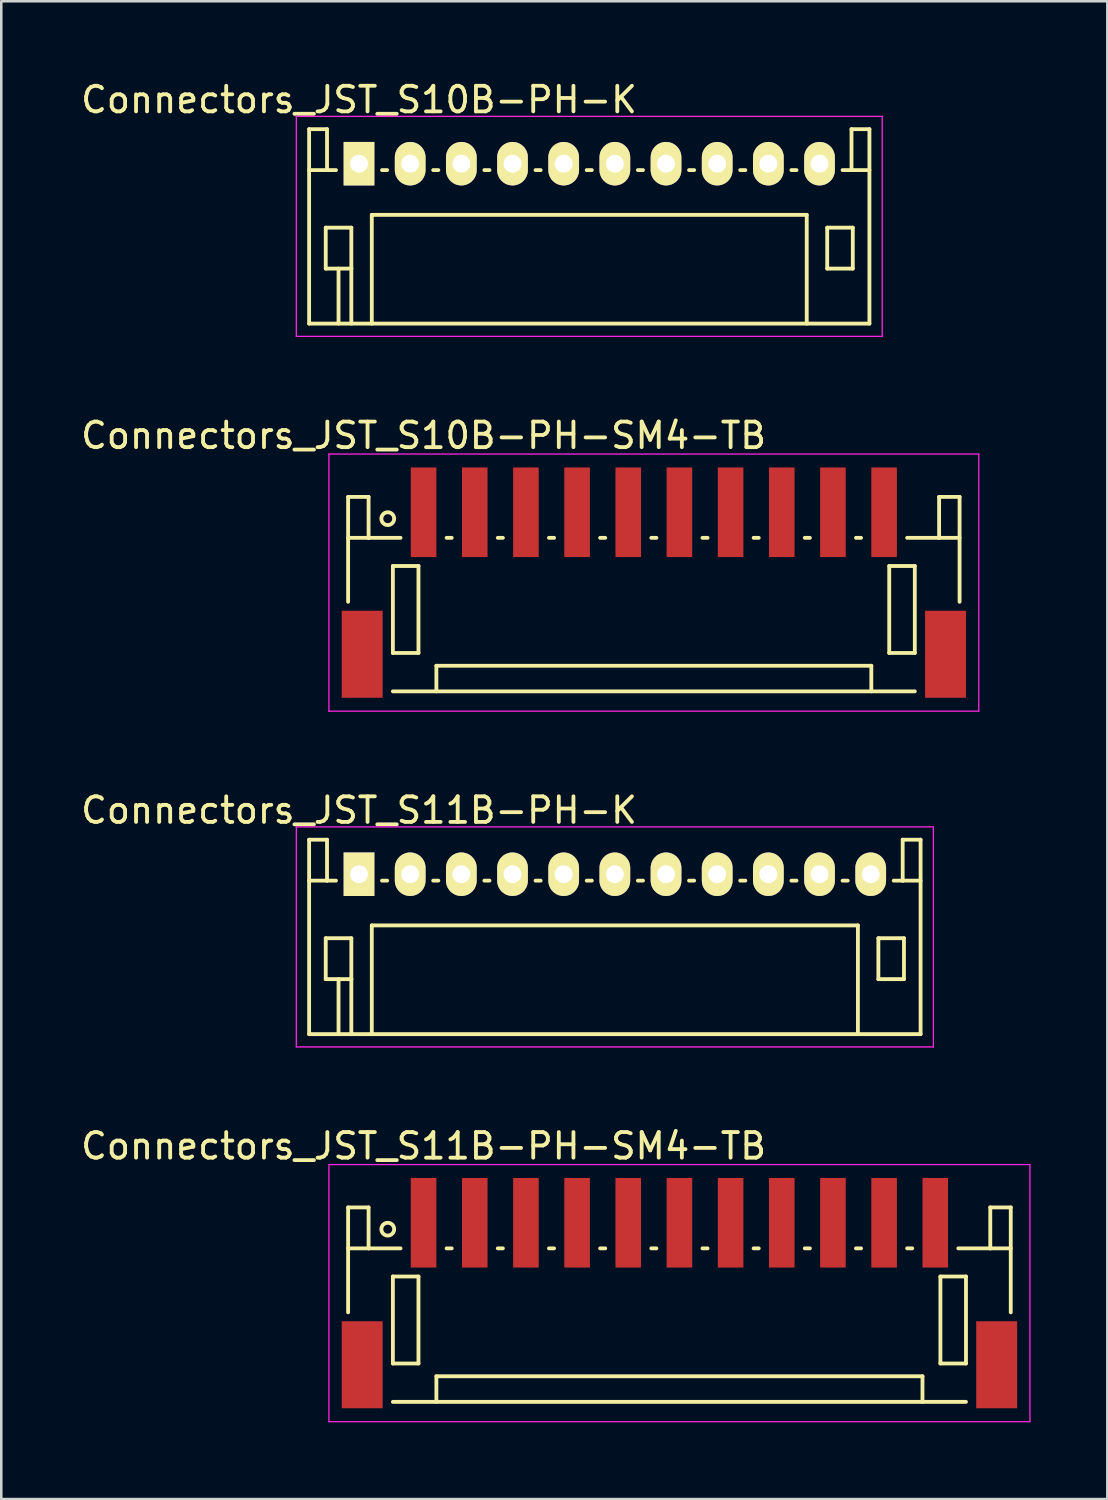
<source format=kicad_pcb>
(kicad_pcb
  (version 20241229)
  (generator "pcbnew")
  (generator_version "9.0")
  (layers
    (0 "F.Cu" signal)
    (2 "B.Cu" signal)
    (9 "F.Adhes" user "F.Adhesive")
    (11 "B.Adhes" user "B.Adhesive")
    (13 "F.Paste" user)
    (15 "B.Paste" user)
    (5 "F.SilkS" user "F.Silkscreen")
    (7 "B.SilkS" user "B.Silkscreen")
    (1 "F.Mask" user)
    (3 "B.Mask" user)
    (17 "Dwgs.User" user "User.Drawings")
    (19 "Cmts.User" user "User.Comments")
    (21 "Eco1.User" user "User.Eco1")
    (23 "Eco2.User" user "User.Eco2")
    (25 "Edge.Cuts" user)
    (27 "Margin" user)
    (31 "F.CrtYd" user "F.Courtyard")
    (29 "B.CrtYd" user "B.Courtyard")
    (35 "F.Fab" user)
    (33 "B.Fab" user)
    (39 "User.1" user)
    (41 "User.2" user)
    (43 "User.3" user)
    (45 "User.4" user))
  (footprint "Connectors_JST_S10B-PH-SM4-TB"
    (layer "F.Cu")
    (at 22.506 19.747)
    (property "Reference" "Connectors_JST_S10B-PH-SM4-TB" (at -9 -5.775 0) (layer "F.SilkS") (effects (font (size 1 1) (thickness 0.15))))
    (attr smd)
    (fp_line (start -11.95 -3.375) (end -11.95 0.725) (stroke (width 0.15) (type solid)) (layer "F.SilkS"))
    (fp_line (start -11.15 -3.375) (end -11.95 -3.375) (stroke (width 0.15) (type solid)) (layer "F.SilkS"))
    (fp_line (start -11.15 -1.775) (end -11.95 -1.775) (stroke (width 0.15) (type solid)) (layer "F.SilkS"))
    (fp_line (start -11.15 -1.775) (end -11.15 -3.375) (stroke (width 0.15) (type solid)) (layer "F.SilkS"))
    (fp_line (start -10.2 -0.675) (end -10.2 2.725) (stroke (width 0.15) (type solid)) (layer "F.SilkS"))
    (fp_line (start -10.2 2.725) (end -9.2 2.725) (stroke (width 0.15) (type solid)) (layer "F.SilkS"))
    (fp_line (start -10.2 4.225) (end 10.2 4.225) (stroke (width 0.15) (type solid)) (layer "F.SilkS"))
    (fp_line (start -9.9 -1.775) (end -11.15 -1.775) (stroke (width 0.15) (type solid)) (layer "F.SilkS"))
    (fp_line (start -9.2 -0.675) (end -10.2 -0.675) (stroke (width 0.15) (type solid)) (layer "F.SilkS"))
    (fp_line (start -9.2 2.725) (end -9.2 -0.675) (stroke (width 0.15) (type solid)) (layer "F.SilkS"))
    (fp_line (start -8.5 3.225) (end 8.5 3.225) (stroke (width 0.15) (type solid)) (layer "F.SilkS"))
    (fp_line (start -8.5 4.225) (end -8.5 3.225) (stroke (width 0.15) (type solid)) (layer "F.SilkS"))
    (fp_line (start -8.1 -1.775) (end -7.9 -1.775) (stroke (width 0.15) (type solid)) (layer "F.SilkS"))
    (fp_line (start -6.1 -1.775) (end -5.9 -1.775) (stroke (width 0.15) (type solid)) (layer "F.SilkS"))
    (fp_line (start -4.1 -1.775) (end -3.9 -1.775) (stroke (width 0.15) (type solid)) (layer "F.SilkS"))
    (fp_line (start -2.1 -1.775) (end -1.9 -1.775) (stroke (width 0.15) (type solid)) (layer "F.SilkS"))
    (fp_line (start -0.1 -1.775) (end 0.1 -1.775) (stroke (width 0.15) (type solid)) (layer "F.SilkS"))
    (fp_line (start 1.9 -1.775) (end 2.1 -1.775) (stroke (width 0.15) (type solid)) (layer "F.SilkS"))
    (fp_line (start 3.9 -1.775) (end 4.1 -1.775) (stroke (width 0.15) (type solid)) (layer "F.SilkS"))
    (fp_line (start 5.9 -1.775) (end 6.1 -1.775) (stroke (width 0.15) (type solid)) (layer "F.SilkS"))
    (fp_line (start 7.9 -1.775) (end 8.1 -1.775) (stroke (width 0.15) (type solid)) (layer "F.SilkS"))
    (fp_line (start 8.5 3.225) (end 8.5 4.225) (stroke (width 0.15) (type solid)) (layer "F.SilkS"))
    (fp_line (start 9.2 -0.675) (end 10.2 -0.675) (stroke (width 0.15) (type solid)) (layer "F.SilkS"))
    (fp_line (start 9.2 2.725) (end 9.2 -0.675) (stroke (width 0.15) (type solid)) (layer "F.SilkS"))
    (fp_line (start 9.9 -1.775) (end 11.15 -1.775) (stroke (width 0.15) (type solid)) (layer "F.SilkS"))
    (fp_line (start 10.2 -0.675) (end 10.2 2.725) (stroke (width 0.15) (type solid)) (layer "F.SilkS"))
    (fp_line (start 10.2 2.725) (end 9.2 2.725) (stroke (width 0.15) (type solid)) (layer "F.SilkS"))
    (fp_line (start 11.15 -3.375) (end 11.95 -3.375) (stroke (width 0.15) (type solid)) (layer "F.SilkS"))
    (fp_line (start 11.15 -1.775) (end 11.15 -3.375) (stroke (width 0.15) (type solid)) (layer "F.SilkS"))
    (fp_line (start 11.15 -1.775) (end 11.95 -1.775) (stroke (width 0.15) (type solid)) (layer "F.SilkS"))
    (fp_line (start 11.95 -3.375) (end 11.95 0.725) (stroke (width 0.15) (type solid)) (layer "F.SilkS"))
    (fp_circle (center -10.4 -2.525) (end -10.15 -2.525) (stroke (width 0.15) (type solid)) (fill no) (layer "F.SilkS"))
    (fp_line (start -12.7 -5.05) (end 12.7 -5.05) (stroke (width 0.05) (type solid)) (layer "F.CrtYd"))
    (fp_line (start -12.7 5) (end -12.7 -5.05) (stroke (width 0.05) (type solid)) (layer "F.CrtYd"))
    (fp_line (start 12.7 -5.05) (end 12.7 5) (stroke (width 0.05) (type solid)) (layer "F.CrtYd"))
    (fp_line (start 12.7 5) (end -12.7 5) (stroke (width 0.05) (type solid)) (layer "F.CrtYd"))
    (pad "" smd rect (at -11.4 2.775) (size 1.6 3.4) (layers "F.Cu" "F.Mask" "F.Paste"))
    (pad "" smd rect (at 11.4 2.775) (size 1.6 3.4) (layers "F.Cu" "F.Mask" "F.Paste"))
    (pad "1" smd rect (at -9 -2.775) (size 1 3.5) (layers "F.Cu" "F.Mask" "F.Paste"))
    (pad "2" smd rect (at -7 -2.775) (size 1 3.5) (layers "F.Cu" "F.Mask" "F.Paste"))
    (pad "3" smd rect (at -5 -2.775) (size 1 3.5) (layers "F.Cu" "F.Mask" "F.Paste"))
    (pad "4" smd rect (at -3 -2.775) (size 1 3.5) (layers "F.Cu" "F.Mask" "F.Paste"))
    (pad "5" smd rect (at -1 -2.775) (size 1 3.5) (layers "F.Cu" "F.Mask" "F.Paste"))
    (pad "6" smd rect (at 1 -2.775) (size 1 3.5) (layers "F.Cu" "F.Mask" "F.Paste"))
    (pad "7" smd rect (at 3 -2.775) (size 1 3.5) (layers "F.Cu" "F.Mask" "F.Paste"))
    (pad "8" smd rect (at 5 -2.775) (size 1 3.5) (layers "F.Cu" "F.Mask" "F.Paste"))
    (pad "9" smd rect (at 7 -2.775) (size 1 3.5) (layers "F.Cu" "F.Mask" "F.Paste"))
    (pad "10" smd rect (at 9 -2.775) (size 1 3.5) (layers "F.Cu" "F.Mask" "F.Paste")))
  (footprint "Connectors_JST_S10B-PH-K"
    (layer "F.Cu")
    (at 10.982 3.348)
    (property "Reference" "Connectors_JST_S10B-PH-K" (at 0 -2.5 0) (layer "F.SilkS") (effects (font (size 1 1) (thickness 0.15))))
    (attr through_hole)
    (fp_line (start -1.95 -1.35) (end -1.95 6.25) (stroke (width 0.15) (type solid)) (layer "F.SilkS"))
    (fp_line (start -1.95 0.25) (end -1.25 0.25) (stroke (width 0.15) (type solid)) (layer "F.SilkS"))
    (fp_line (start -1.95 6.25) (end 19.95 6.25) (stroke (width 0.15) (type solid)) (layer "F.SilkS"))
    (fp_line (start -1.3 2.5) (end -1.3 4.1) (stroke (width 0.15) (type solid)) (layer "F.SilkS"))
    (fp_line (start -1.3 4.1) (end -0.3 4.1) (stroke (width 0.15) (type solid)) (layer "F.SilkS"))
    (fp_line (start -1.25 -1.35) (end -1.95 -1.35) (stroke (width 0.15) (type solid)) (layer "F.SilkS"))
    (fp_line (start -1.25 0.25) (end -1.25 -1.35) (stroke (width 0.15) (type solid)) (layer "F.SilkS"))
    (fp_line (start -0.9 0.25) (end -1.25 0.25) (stroke (width 0.15) (type solid)) (layer "F.SilkS"))
    (fp_line (start -0.8 4.1) (end -0.8 6.25) (stroke (width 0.15) (type solid)) (layer "F.SilkS"))
    (fp_line (start -0.3 2.5) (end -1.3 2.5) (stroke (width 0.15) (type solid)) (layer "F.SilkS"))
    (fp_line (start -0.3 4.1) (end -0.3 2.5) (stroke (width 0.15) (type solid)) (layer "F.SilkS"))
    (fp_line (start -0.3 4.1) (end -0.3 6.25) (stroke (width 0.15) (type solid)) (layer "F.SilkS"))
    (fp_line (start 0.5 2) (end 17.5 2) (stroke (width 0.15) (type solid)) (layer "F.SilkS"))
    (fp_line (start 0.5 6.25) (end 0.5 2) (stroke (width 0.15) (type solid)) (layer "F.SilkS"))
    (fp_line (start 0.9 0.25) (end 1.1 0.25) (stroke (width 0.15) (type solid)) (layer "F.SilkS"))
    (fp_line (start 2.9 0.25) (end 3.1 0.25) (stroke (width 0.15) (type solid)) (layer "F.SilkS"))
    (fp_line (start 4.9 0.25) (end 5.1 0.25) (stroke (width 0.15) (type solid)) (layer "F.SilkS"))
    (fp_line (start 6.9 0.25) (end 7.1 0.25) (stroke (width 0.15) (type solid)) (layer "F.SilkS"))
    (fp_line (start 8.9 0.25) (end 9.1 0.25) (stroke (width 0.15) (type solid)) (layer "F.SilkS"))
    (fp_line (start 10.9 0.25) (end 11.1 0.25) (stroke (width 0.15) (type solid)) (layer "F.SilkS"))
    (fp_line (start 12.9 0.25) (end 13.1 0.25) (stroke (width 0.15) (type solid)) (layer "F.SilkS"))
    (fp_line (start 14.9 0.25) (end 15.1 0.25) (stroke (width 0.15) (type solid)) (layer "F.SilkS"))
    (fp_line (start 16.9 0.25) (end 17.1 0.25) (stroke (width 0.15) (type solid)) (layer "F.SilkS"))
    (fp_line (start 17.5 2) (end 17.5 6.25) (stroke (width 0.15) (type solid)) (layer "F.SilkS"))
    (fp_line (start 18.3 2.5) (end 19.3 2.5) (stroke (width 0.15) (type solid)) (layer "F.SilkS"))
    (fp_line (start 18.3 4.1) (end 18.3 2.5) (stroke (width 0.15) (type solid)) (layer "F.SilkS"))
    (fp_line (start 19.25 -1.35) (end 19.25 0.25) (stroke (width 0.15) (type solid)) (layer "F.SilkS"))
    (fp_line (start 19.25 0.25) (end 18.9 0.25) (stroke (width 0.15) (type solid)) (layer "F.SilkS"))
    (fp_line (start 19.3 2.5) (end 19.3 4.1) (stroke (width 0.15) (type solid)) (layer "F.SilkS"))
    (fp_line (start 19.3 4.1) (end 18.3 4.1) (stroke (width 0.15) (type solid)) (layer "F.SilkS"))
    (fp_line (start 19.95 -1.35) (end 19.25 -1.35) (stroke (width 0.15) (type solid)) (layer "F.SilkS"))
    (fp_line (start 19.95 0.25) (end 19.25 0.25) (stroke (width 0.15) (type solid)) (layer "F.SilkS"))
    (fp_line (start 19.95 6.25) (end 19.95 -1.35) (stroke (width 0.15) (type solid)) (layer "F.SilkS"))
    (fp_line (start -2.45 -1.85) (end 20.45 -1.85) (stroke (width 0.05) (type solid)) (layer "F.CrtYd"))
    (fp_line (start -2.45 6.75) (end -2.45 -1.85) (stroke (width 0.05) (type solid)) (layer "F.CrtYd"))
    (fp_line (start 20.45 -1.85) (end 20.45 6.75) (stroke (width 0.05) (type solid)) (layer "F.CrtYd"))
    (fp_line (start 20.45 6.75) (end -2.45 6.75) (stroke (width 0.05) (type solid)) (layer "F.CrtYd"))
    (pad "1" thru_hole rect (at 0 0) (size 1.2 1.7) (drill 0.7) (layers "*.Cu" "*.Mask" "F.SilkS"))
    (pad "2" thru_hole oval (at 2 0) (size 1.2 1.7) (drill 0.7) (layers "*.Cu" "*.Mask" "F.SilkS"))
    (pad "3" thru_hole oval (at 4 0) (size 1.2 1.7) (drill 0.7) (layers "*.Cu" "*.Mask" "F.SilkS"))
    (pad "4" thru_hole oval (at 6 0) (size 1.2 1.7) (drill 0.7) (layers "*.Cu" "*.Mask" "F.SilkS"))
    (pad "5" thru_hole oval (at 8 0) (size 1.2 1.7) (drill 0.7) (layers "*.Cu" "*.Mask" "F.SilkS"))
    (pad "6" thru_hole oval (at 10 0) (size 1.2 1.7) (drill 0.7) (layers "*.Cu" "*.Mask" "F.SilkS"))
    (pad "7" thru_hole oval (at 12 0) (size 1.2 1.7) (drill 0.7) (layers "*.Cu" "*.Mask" "F.SilkS"))
    (pad "8" thru_hole oval (at 14 0) (size 1.2 1.7) (drill 0.7) (layers "*.Cu" "*.Mask" "F.SilkS"))
    (pad "9" thru_hole oval (at 16 0) (size 1.2 1.7) (drill 0.7) (layers "*.Cu" "*.Mask" "F.SilkS"))
    (pad "10" thru_hole oval (at 18 0) (size 1.2 1.7) (drill 0.7) (layers "*.Cu" "*.Mask" "F.SilkS")))
  (footprint "Connectors_JST_S11B-PH-SM4-TB"
    (layer "F.Cu")
    (at 23.506 47.518)
    (property "Reference" "Connectors_JST_S11B-PH-SM4-TB" (at -10 -5.775 0) (layer "F.SilkS") (effects (font (size 1 1) (thickness 0.15))))
    (attr smd)
    (fp_line (start -12.95 -3.375) (end -12.95 0.725) (stroke (width 0.15) (type solid)) (layer "F.SilkS"))
    (fp_line (start -12.15 -3.375) (end -12.95 -3.375) (stroke (width 0.15) (type solid)) (layer "F.SilkS"))
    (fp_line (start -12.15 -1.775) (end -12.95 -1.775) (stroke (width 0.15) (type solid)) (layer "F.SilkS"))
    (fp_line (start -12.15 -1.775) (end -12.15 -3.375) (stroke (width 0.15) (type solid)) (layer "F.SilkS"))
    (fp_line (start -11.2 -0.675) (end -11.2 2.725) (stroke (width 0.15) (type solid)) (layer "F.SilkS"))
    (fp_line (start -11.2 2.725) (end -10.2 2.725) (stroke (width 0.15) (type solid)) (layer "F.SilkS"))
    (fp_line (start -11.2 4.225) (end 11.2 4.225) (stroke (width 0.15) (type solid)) (layer "F.SilkS"))
    (fp_line (start -10.9 -1.775) (end -12.15 -1.775) (stroke (width 0.15) (type solid)) (layer "F.SilkS"))
    (fp_line (start -10.2 -0.675) (end -11.2 -0.675) (stroke (width 0.15) (type solid)) (layer "F.SilkS"))
    (fp_line (start -10.2 2.725) (end -10.2 -0.675) (stroke (width 0.15) (type solid)) (layer "F.SilkS"))
    (fp_line (start -9.5 3.225) (end 9.5 3.225) (stroke (width 0.15) (type solid)) (layer "F.SilkS"))
    (fp_line (start -9.5 4.225) (end -9.5 3.225) (stroke (width 0.15) (type solid)) (layer "F.SilkS"))
    (fp_line (start -9.1 -1.775) (end -8.9 -1.775) (stroke (width 0.15) (type solid)) (layer "F.SilkS"))
    (fp_line (start -7.1 -1.775) (end -6.9 -1.775) (stroke (width 0.15) (type solid)) (layer "F.SilkS"))
    (fp_line (start -5.1 -1.775) (end -4.9 -1.775) (stroke (width 0.15) (type solid)) (layer "F.SilkS"))
    (fp_line (start -3.1 -1.775) (end -2.9 -1.775) (stroke (width 0.15) (type solid)) (layer "F.SilkS"))
    (fp_line (start -1.1 -1.775) (end -0.9 -1.775) (stroke (width 0.15) (type solid)) (layer "F.SilkS"))
    (fp_line (start 0.9 -1.775) (end 1.1 -1.775) (stroke (width 0.15) (type solid)) (layer "F.SilkS"))
    (fp_line (start 2.9 -1.775) (end 3.1 -1.775) (stroke (width 0.15) (type solid)) (layer "F.SilkS"))
    (fp_line (start 4.9 -1.775) (end 5.1 -1.775) (stroke (width 0.15) (type solid)) (layer "F.SilkS"))
    (fp_line (start 6.9 -1.775) (end 7.1 -1.775) (stroke (width 0.15) (type solid)) (layer "F.SilkS"))
    (fp_line (start 8.9 -1.775) (end 9.1 -1.775) (stroke (width 0.15) (type solid)) (layer "F.SilkS"))
    (fp_line (start 9.5 3.225) (end 9.5 4.225) (stroke (width 0.15) (type solid)) (layer "F.SilkS"))
    (fp_line (start 10.2 -0.675) (end 11.2 -0.675) (stroke (width 0.15) (type solid)) (layer "F.SilkS"))
    (fp_line (start 10.2 2.725) (end 10.2 -0.675) (stroke (width 0.15) (type solid)) (layer "F.SilkS"))
    (fp_line (start 10.9 -1.775) (end 12.15 -1.775) (stroke (width 0.15) (type solid)) (layer "F.SilkS"))
    (fp_line (start 11.2 -0.675) (end 11.2 2.725) (stroke (width 0.15) (type solid)) (layer "F.SilkS"))
    (fp_line (start 11.2 2.725) (end 10.2 2.725) (stroke (width 0.15) (type solid)) (layer "F.SilkS"))
    (fp_line (start 12.15 -3.375) (end 12.95 -3.375) (stroke (width 0.15) (type solid)) (layer "F.SilkS"))
    (fp_line (start 12.15 -1.775) (end 12.15 -3.375) (stroke (width 0.15) (type solid)) (layer "F.SilkS"))
    (fp_line (start 12.15 -1.775) (end 12.95 -1.775) (stroke (width 0.15) (type solid)) (layer "F.SilkS"))
    (fp_line (start 12.95 -3.375) (end 12.95 0.725) (stroke (width 0.15) (type solid)) (layer "F.SilkS"))
    (fp_circle (center -11.4 -2.525) (end -11.15 -2.525) (stroke (width 0.15) (type solid)) (fill no) (layer "F.SilkS"))
    (fp_line (start -13.7 -5.05) (end 13.7 -5.05) (stroke (width 0.05) (type solid)) (layer "F.CrtYd"))
    (fp_line (start -13.7 5) (end -13.7 -5.05) (stroke (width 0.05) (type solid)) (layer "F.CrtYd"))
    (fp_line (start 13.7 -5.05) (end 13.7 5) (stroke (width 0.05) (type solid)) (layer "F.CrtYd"))
    (fp_line (start 13.7 5) (end -13.7 5) (stroke (width 0.05) (type solid)) (layer "F.CrtYd"))
    (pad "" smd rect (at -12.4 2.775) (size 1.6 3.4) (layers "F.Cu" "F.Mask" "F.Paste"))
    (pad "" smd rect (at 12.4 2.775) (size 1.6 3.4) (layers "F.Cu" "F.Mask" "F.Paste"))
    (pad "1" smd rect (at -10 -2.775) (size 1 3.5) (layers "F.Cu" "F.Mask" "F.Paste"))
    (pad "2" smd rect (at -8 -2.775) (size 1 3.5) (layers "F.Cu" "F.Mask" "F.Paste"))
    (pad "3" smd rect (at -6 -2.775) (size 1 3.5) (layers "F.Cu" "F.Mask" "F.Paste"))
    (pad "4" smd rect (at -4 -2.775) (size 1 3.5) (layers "F.Cu" "F.Mask" "F.Paste"))
    (pad "5" smd rect (at -2 -2.775) (size 1 3.5) (layers "F.Cu" "F.Mask" "F.Paste"))
    (pad "6" smd rect (at 0 -2.775) (size 1 3.5) (layers "F.Cu" "F.Mask" "F.Paste"))
    (pad "7" smd rect (at 2 -2.775) (size 1 3.5) (layers "F.Cu" "F.Mask" "F.Paste"))
    (pad "8" smd rect (at 4 -2.775) (size 1 3.5) (layers "F.Cu" "F.Mask" "F.Paste"))
    (pad "9" smd rect (at 6 -2.775) (size 1 3.5) (layers "F.Cu" "F.Mask" "F.Paste"))
    (pad "10" smd rect (at 8 -2.775) (size 1 3.5) (layers "F.Cu" "F.Mask" "F.Paste"))
    (pad "11" smd rect (at 10 -2.775) (size 1 3.5) (layers "F.Cu" "F.Mask" "F.Paste")))
  (footprint "Connectors_JST_S11B-PH-K"
    (layer "F.Cu")
    (at 10.982 31.12)
    (property "Reference" "Connectors_JST_S11B-PH-K" (at 0 -2.5 0) (layer "F.SilkS") (effects (font (size 1 1) (thickness 0.15))))
    (attr through_hole)
    (fp_line (start -1.95 -1.35) (end -1.95 6.25) (stroke (width 0.15) (type solid)) (layer "F.SilkS"))
    (fp_line (start -1.95 0.25) (end -1.25 0.25) (stroke (width 0.15) (type solid)) (layer "F.SilkS"))
    (fp_line (start -1.95 6.25) (end 21.95 6.25) (stroke (width 0.15) (type solid)) (layer "F.SilkS"))
    (fp_line (start -1.3 2.5) (end -1.3 4.1) (stroke (width 0.15) (type solid)) (layer "F.SilkS"))
    (fp_line (start -1.3 4.1) (end -0.3 4.1) (stroke (width 0.15) (type solid)) (layer "F.SilkS"))
    (fp_line (start -1.25 -1.35) (end -1.95 -1.35) (stroke (width 0.15) (type solid)) (layer "F.SilkS"))
    (fp_line (start -1.25 0.25) (end -1.25 -1.35) (stroke (width 0.15) (type solid)) (layer "F.SilkS"))
    (fp_line (start -0.9 0.25) (end -1.25 0.25) (stroke (width 0.15) (type solid)) (layer "F.SilkS"))
    (fp_line (start -0.8 4.1) (end -0.8 6.25) (stroke (width 0.15) (type solid)) (layer "F.SilkS"))
    (fp_line (start -0.3 2.5) (end -1.3 2.5) (stroke (width 0.15) (type solid)) (layer "F.SilkS"))
    (fp_line (start -0.3 4.1) (end -0.3 2.5) (stroke (width 0.15) (type solid)) (layer "F.SilkS"))
    (fp_line (start -0.3 4.1) (end -0.3 6.25) (stroke (width 0.15) (type solid)) (layer "F.SilkS"))
    (fp_line (start 0.5 2) (end 19.5 2) (stroke (width 0.15) (type solid)) (layer "F.SilkS"))
    (fp_line (start 0.5 6.25) (end 0.5 2) (stroke (width 0.15) (type solid)) (layer "F.SilkS"))
    (fp_line (start 0.9 0.25) (end 1.1 0.25) (stroke (width 0.15) (type solid)) (layer "F.SilkS"))
    (fp_line (start 2.9 0.25) (end 3.1 0.25) (stroke (width 0.15) (type solid)) (layer "F.SilkS"))
    (fp_line (start 4.9 0.25) (end 5.1 0.25) (stroke (width 0.15) (type solid)) (layer "F.SilkS"))
    (fp_line (start 6.9 0.25) (end 7.1 0.25) (stroke (width 0.15) (type solid)) (layer "F.SilkS"))
    (fp_line (start 8.9 0.25) (end 9.1 0.25) (stroke (width 0.15) (type solid)) (layer "F.SilkS"))
    (fp_line (start 10.9 0.25) (end 11.1 0.25) (stroke (width 0.15) (type solid)) (layer "F.SilkS"))
    (fp_line (start 12.9 0.25) (end 13.1 0.25) (stroke (width 0.15) (type solid)) (layer "F.SilkS"))
    (fp_line (start 14.9 0.25) (end 15.1 0.25) (stroke (width 0.15) (type solid)) (layer "F.SilkS"))
    (fp_line (start 16.9 0.25) (end 17.1 0.25) (stroke (width 0.15) (type solid)) (layer "F.SilkS"))
    (fp_line (start 18.9 0.25) (end 19.1 0.25) (stroke (width 0.15) (type solid)) (layer "F.SilkS"))
    (fp_line (start 19.5 2) (end 19.5 6.25) (stroke (width 0.15) (type solid)) (layer "F.SilkS"))
    (fp_line (start 20.3 2.5) (end 21.3 2.5) (stroke (width 0.15) (type solid)) (layer "F.SilkS"))
    (fp_line (start 20.3 4.1) (end 20.3 2.5) (stroke (width 0.15) (type solid)) (layer "F.SilkS"))
    (fp_line (start 21.25 -1.35) (end 21.25 0.25) (stroke (width 0.15) (type solid)) (layer "F.SilkS"))
    (fp_line (start 21.25 0.25) (end 20.9 0.25) (stroke (width 0.15) (type solid)) (layer "F.SilkS"))
    (fp_line (start 21.3 2.5) (end 21.3 4.1) (stroke (width 0.15) (type solid)) (layer "F.SilkS"))
    (fp_line (start 21.3 4.1) (end 20.3 4.1) (stroke (width 0.15) (type solid)) (layer "F.SilkS"))
    (fp_line (start 21.95 -1.35) (end 21.25 -1.35) (stroke (width 0.15) (type solid)) (layer "F.SilkS"))
    (fp_line (start 21.95 0.25) (end 21.25 0.25) (stroke (width 0.15) (type solid)) (layer "F.SilkS"))
    (fp_line (start 21.95 6.25) (end 21.95 -1.35) (stroke (width 0.15) (type solid)) (layer "F.SilkS"))
    (fp_line (start -2.45 -1.85) (end 22.45 -1.85) (stroke (width 0.05) (type solid)) (layer "F.CrtYd"))
    (fp_line (start -2.45 6.75) (end -2.45 -1.85) (stroke (width 0.05) (type solid)) (layer "F.CrtYd"))
    (fp_line (start 22.45 -1.85) (end 22.45 6.75) (stroke (width 0.05) (type solid)) (layer "F.CrtYd"))
    (fp_line (start 22.45 6.75) (end -2.45 6.75) (stroke (width 0.05) (type solid)) (layer "F.CrtYd"))
    (pad "1" thru_hole rect (at 0 0) (size 1.2 1.7) (drill 0.7) (layers "*.Cu" "*.Mask" "F.SilkS"))
    (pad "2" thru_hole oval (at 2 0) (size 1.2 1.7) (drill 0.7) (layers "*.Cu" "*.Mask" "F.SilkS"))
    (pad "3" thru_hole oval (at 4 0) (size 1.2 1.7) (drill 0.7) (layers "*.Cu" "*.Mask" "F.SilkS"))
    (pad "4" thru_hole oval (at 6 0) (size 1.2 1.7) (drill 0.7) (layers "*.Cu" "*.Mask" "F.SilkS"))
    (pad "5" thru_hole oval (at 8 0) (size 1.2 1.7) (drill 0.7) (layers "*.Cu" "*.Mask" "F.SilkS"))
    (pad "6" thru_hole oval (at 10 0) (size 1.2 1.7) (drill 0.7) (layers "*.Cu" "*.Mask" "F.SilkS"))
    (pad "7" thru_hole oval (at 12 0) (size 1.2 1.7) (drill 0.7) (layers "*.Cu" "*.Mask" "F.SilkS"))
    (pad "8" thru_hole oval (at 14 0) (size 1.2 1.7) (drill 0.7) (layers "*.Cu" "*.Mask" "F.SilkS"))
    (pad "9" thru_hole oval (at 16 0) (size 1.2 1.7) (drill 0.7) (layers "*.Cu" "*.Mask" "F.SilkS"))
    (pad "10" thru_hole oval (at 18 0) (size 1.2 1.7) (drill 0.7) (layers "*.Cu" "*.Mask" "F.SilkS"))
    (pad "11" thru_hole oval (at 20 0) (size 1.2 1.7) (drill 0.7) (layers "*.Cu" "*.Mask" "F.SilkS")))
  (gr_rect
    (start -3 -3)
    (end 40.231 55.543)
    (stroke (width 0.1) (type default))
    (fill no)
    (layer "Edge.Cuts")))
</source>
